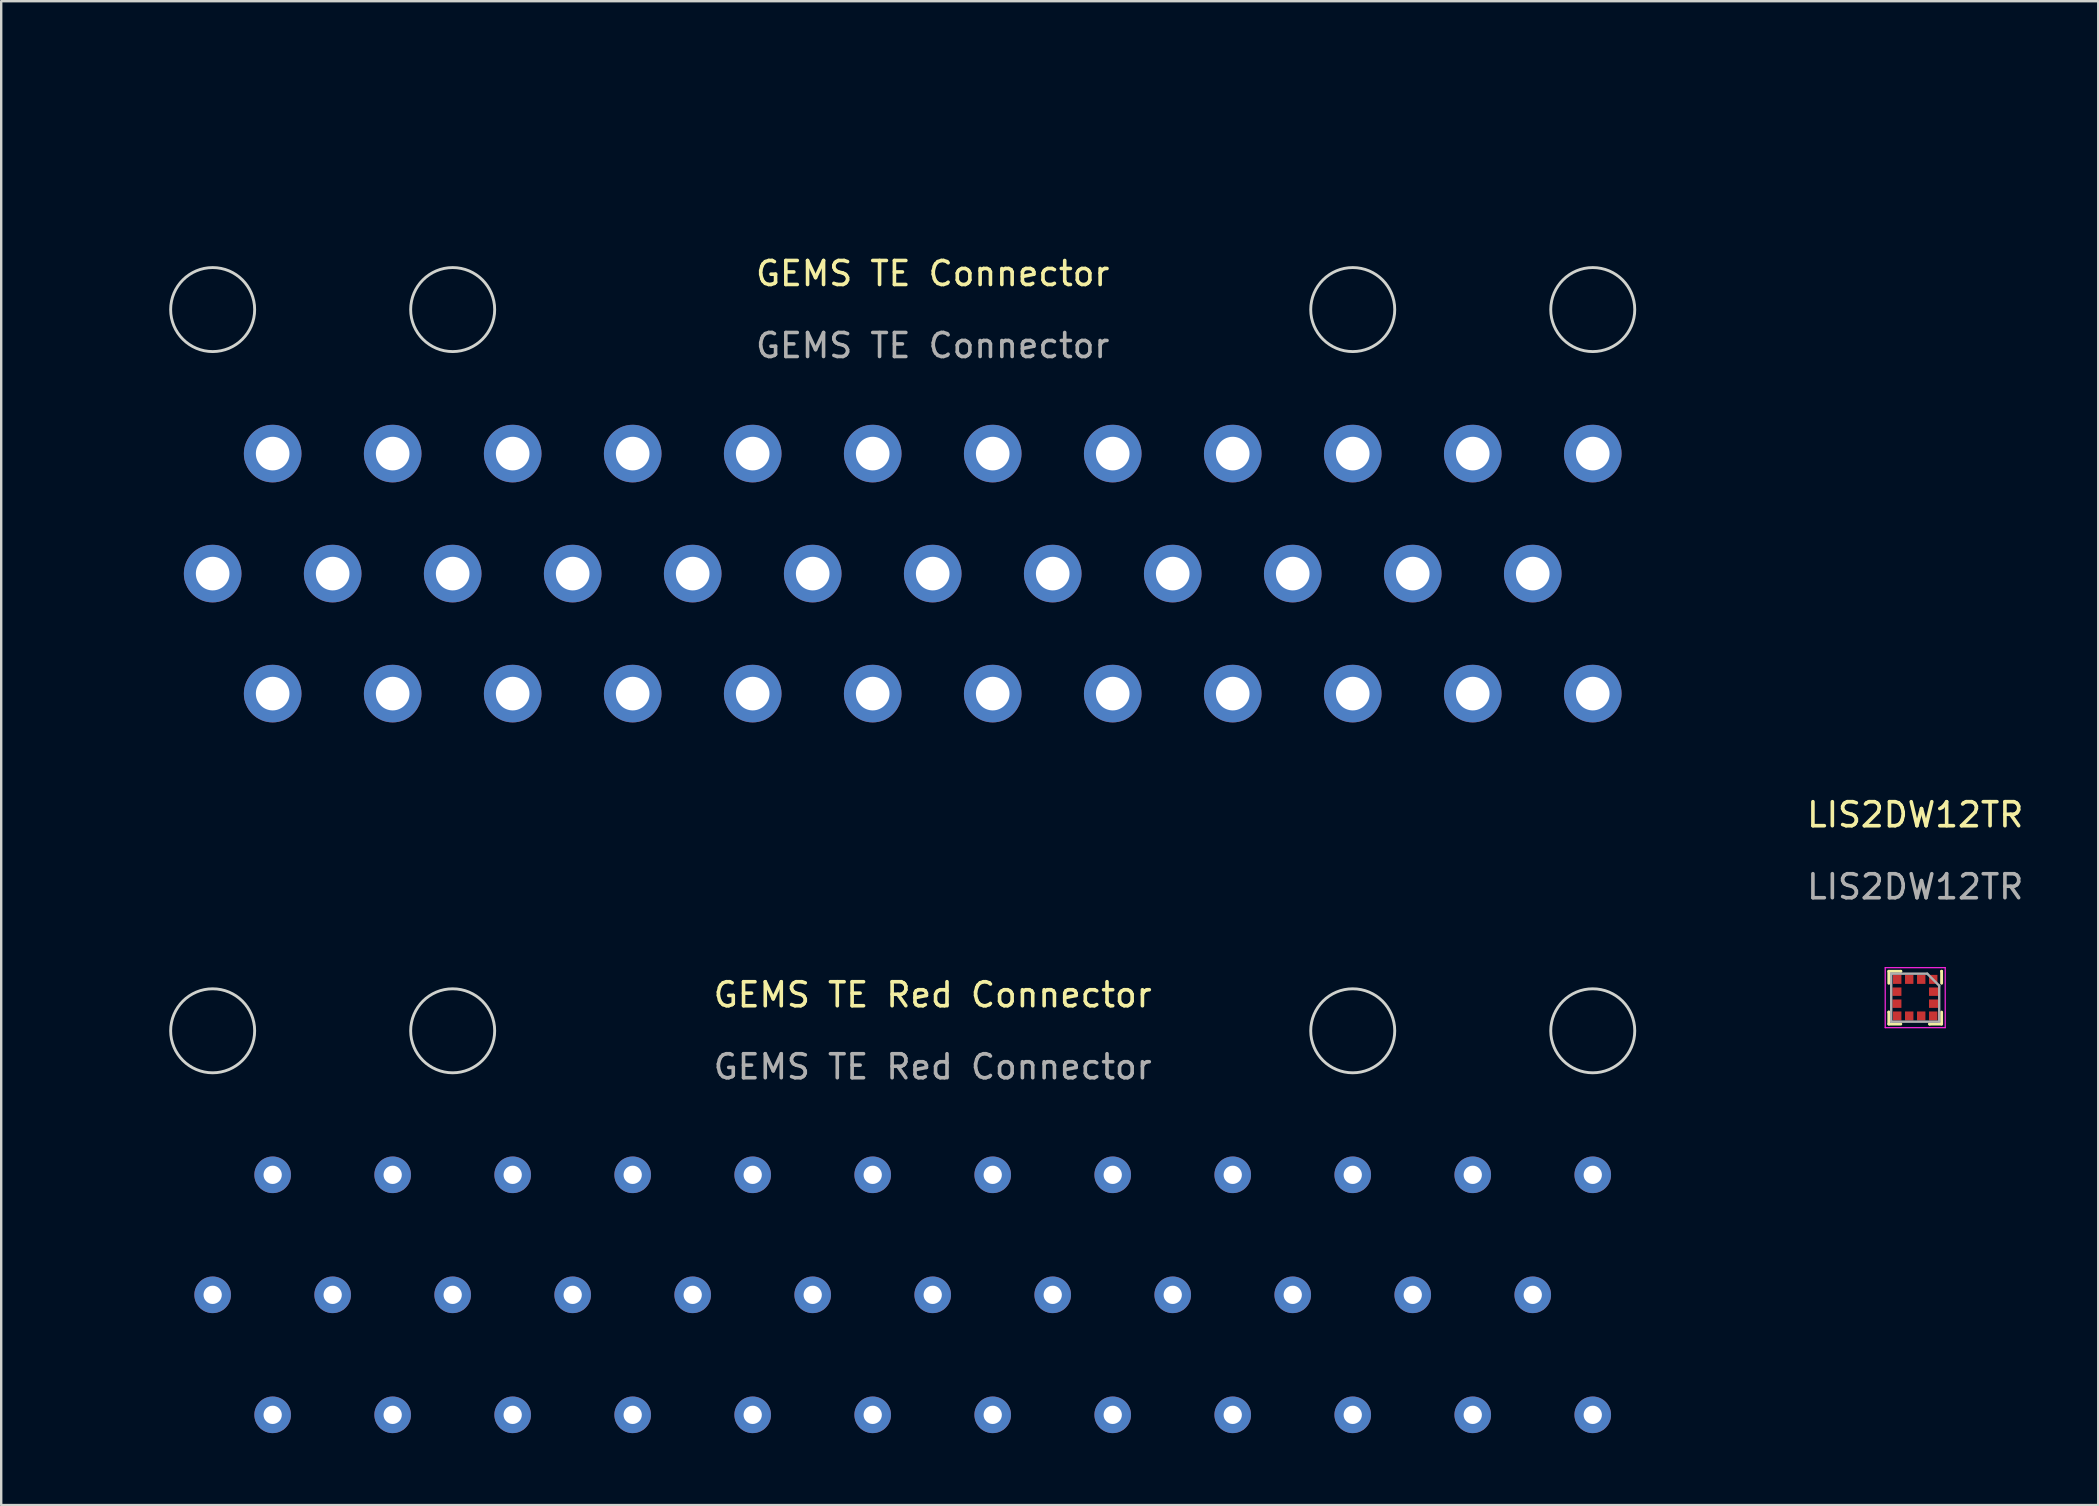
<source format=kicad_pcb>
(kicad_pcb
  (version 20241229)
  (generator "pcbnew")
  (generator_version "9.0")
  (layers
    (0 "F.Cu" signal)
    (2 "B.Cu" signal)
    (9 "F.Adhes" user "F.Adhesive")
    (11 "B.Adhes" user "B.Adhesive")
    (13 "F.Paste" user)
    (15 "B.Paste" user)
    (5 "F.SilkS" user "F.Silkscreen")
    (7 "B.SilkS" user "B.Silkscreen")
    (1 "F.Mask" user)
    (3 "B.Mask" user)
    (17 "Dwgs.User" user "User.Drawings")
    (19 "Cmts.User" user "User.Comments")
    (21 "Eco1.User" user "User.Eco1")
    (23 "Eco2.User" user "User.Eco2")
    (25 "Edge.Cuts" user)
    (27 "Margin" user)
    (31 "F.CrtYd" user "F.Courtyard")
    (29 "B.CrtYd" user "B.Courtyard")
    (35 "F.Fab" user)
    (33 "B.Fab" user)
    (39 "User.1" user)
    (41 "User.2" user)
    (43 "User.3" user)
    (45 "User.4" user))
  (footprint "LIS2DW12TR"
    (layer "F.Cu")
    (at 76.745 38.517)
    (property "Reference" "LIS2DW12TR" (at 0 -7.62 0) (unlocked yes) (layer "F.SilkS") (effects (font (size 1 1) (thickness 0.15))))
    (attr smd)
    (fp_line (start -1.1 -1.1) (end -0.6 -1.1) (stroke (width 0.12) (type solid)) (layer "F.SilkS"))
    (fp_line (start -1.1 -0.6) (end -1.1 -1.1) (stroke (width 0.12) (type solid)) (layer "F.SilkS"))
    (fp_line (start -1.1 0.6) (end -1.1 0.6) (stroke (width 0.12) (type solid)) (layer "F.SilkS"))
    (fp_line (start -1.1 1.1) (end -1.1 0.6) (stroke (width 0.12) (type solid)) (layer "F.SilkS"))
    (fp_line (start -0.6 -1.1) (end -0.6 -1.1) (stroke (width 0.12) (type solid)) (layer "F.SilkS"))
    (fp_line (start -0.6 1.1) (end -1.1 1.1) (stroke (width 0.12) (type solid)) (layer "F.SilkS"))
    (fp_line (start 0.6 1.1) (end 0.6 1.1) (stroke (width 0.12) (type solid)) (layer "F.SilkS"))
    (fp_line (start 1.1 -1.1) (end 1.1 -1.1) (stroke (width 0.12) (type solid)) (layer "F.SilkS"))
    (fp_line (start 1.1 -0.6) (end 1.1 -1.1) (stroke (width 0.12) (type solid)) (layer "F.SilkS"))
    (fp_line (start 1.1 0.6) (end 1.1 1.1) (stroke (width 0.12) (type solid)) (layer "F.SilkS"))
    (fp_line (start 1.1 1.1) (end 0.6 1.1) (stroke (width 0.12) (type solid)) (layer "F.SilkS"))
    (fp_line (start -1.25 -1.25) (end 1.25 -1.25) (stroke (width 0.05) (type solid)) (layer "F.CrtYd"))
    (fp_line (start -1.25 1.25) (end -1.25 -1.25) (stroke (width 0.05) (type solid)) (layer "F.CrtYd"))
    (fp_line (start 1.25 -1.25) (end 1.25 1.25) (stroke (width 0.05) (type solid)) (layer "F.CrtYd"))
    (fp_line (start 1.25 1.25) (end -1.25 1.25) (stroke (width 0.05) (type solid)) (layer "F.CrtYd"))
    (fp_line (start -1 -1) (end 0.5 -1) (stroke (width 0.1) (type solid)) (layer "F.Fab"))
    (fp_line (start -1 1) (end -1 -1) (stroke (width 0.1) (type solid)) (layer "F.Fab"))
    (fp_line (start 0.5 -1) (end 1 -0.5) (stroke (width 0.1) (type solid)) (layer "F.Fab"))
    (fp_line (start 1 -0.5) (end 1 1) (stroke (width 0.1) (type solid)) (layer "F.Fab"))
    (fp_line (start 1 1) (end -1 1) (stroke (width 0.1) (type solid)) (layer "F.Fab"))
    (fp_text user "${REFERENCE}" (at 0 -4.62 0) (unlocked yes) (layer "F.Fab") (effects (font (size 1 1) (thickness 0.15))))
    (pad "1" smd rect (at 0.75 -0.762 270) (size 0.375 0.35) (layers "F.Cu" "F.Mask" "F.Paste"))
    (pad "2" smd rect (at 0.25 -0.762 270) (size 0.375 0.35) (layers "F.Cu" "F.Mask" "F.Paste"))
    (pad "3" smd rect (at -0.25 -0.762 270) (size 0.375 0.35) (layers "F.Cu" "F.Mask" "F.Paste"))
    (pad "4" smd rect (at -0.75 -0.762 270) (size 0.375 0.35) (layers "F.Cu" "F.Mask" "F.Paste"))
    (pad "5" smd rect (at -0.762 -0.25) (size 0.375 0.35) (layers "F.Cu" "F.Mask" "F.Paste"))
    (pad "6" smd rect (at -0.762 0.25) (size 0.375 0.35) (layers "F.Cu" "F.Mask" "F.Paste"))
    (pad "7" smd rect (at -0.75 0.762 270) (size 0.375 0.35) (layers "F.Cu" "F.Mask" "F.Paste"))
    (pad "8" smd rect (at -0.25 0.762 270) (size 0.375 0.35) (layers "F.Cu" "F.Mask" "F.Paste"))
    (pad "9" smd rect (at 0.25 0.762 270) (size 0.375 0.35) (layers "F.Cu" "F.Mask" "F.Paste"))
    (pad "10" smd rect (at 0.75 0.762 270) (size 0.375 0.35) (layers "F.Cu" "F.Mask" "F.Paste"))
    (pad "11" smd rect (at 0.762 0.25) (size 0.375 0.35) (layers "F.Cu" "F.Mask" "F.Paste"))
    (pad "12" smd rect (at 0.762 -0.25) (size 0.375 0.35) (layers "F.Cu" "F.Mask" "F.Paste")))
  (footprint "GEMS TE Connector"
    (layer "F.Cu")
    (at 35.81 10.848)
    (property "Reference" "GEMS TE Connector" (at 0 -2.5 0) (unlocked yes) (layer "F.SilkS") (effects (font (size 1 1) (thickness 0.15))))
    (attr through_hole)
    (fp_circle (center -30 -1) (end -28.25 -1) (stroke (width 0.12) (type solid)) (fill no) (layer "Edge.Cuts"))
    (fp_circle (center -20 -1) (end -18.25 -1) (stroke (width 0.12) (type solid)) (fill no) (layer "Edge.Cuts"))
    (fp_circle (center 17.5 -1) (end 19.25 -1) (stroke (width 0.12) (type solid)) (fill no) (layer "Edge.Cuts"))
    (fp_circle (center 27.5 -1) (end 29.25 -1) (stroke (width 0.12) (type solid)) (fill no) (layer "Edge.Cuts"))
    (fp_line (start -35.75 -6.5) (end 33.25 -6.5) (stroke (width 0.12) (type solid)) (layer "User.1"))
    (fp_text user "${REFERENCE}" (at 0 0.5 0) (unlocked yes) (layer "F.Fab") (effects (font (size 1 1) (thickness 0.15))))
    (fp_text user "Plug Black CD_344108-H1 Red C_346350-5" (at 0 -10 0) (unlocked yes) (layer "User.1") (effects (font (size 1 1) (thickness 0.15))))
    (pad "1" thru_hole circle (at 27.5 5) (size 2.4 2.4) (drill 1.4) (layers "*.Cu" "*.Mask"))
    (pad "2" thru_hole circle (at 22.5 5) (size 2.4 2.4) (drill 1.4) (layers "*.Cu" "*.Mask"))
    (pad "3" thru_hole circle (at 17.5 5) (size 2.4 2.4) (drill 1.4) (layers "*.Cu" "*.Mask"))
    (pad "4" thru_hole circle (at 12.5 5) (size 2.4 2.4) (drill 1.4) (layers "*.Cu" "*.Mask"))
    (pad "5" thru_hole circle (at 7.5 5) (size 2.4 2.4) (drill 1.4) (layers "*.Cu" "*.Mask"))
    (pad "6" thru_hole circle (at 2.5 5) (size 2.4 2.4) (drill 1.4) (layers "*.Cu" "*.Mask"))
    (pad "7" thru_hole circle (at -2.5 5) (size 2.4 2.4) (drill 1.4) (layers "*.Cu" "*.Mask"))
    (pad "8" thru_hole circle (at -7.5 5) (size 2.4 2.4) (drill 1.4) (layers "*.Cu" "*.Mask"))
    (pad "9" thru_hole circle (at -12.5 5) (size 2.4 2.4) (drill 1.4) (layers "*.Cu" "*.Mask"))
    (pad "10" thru_hole circle (at -17.5 5) (size 2.4 2.4) (drill 1.4) (layers "*.Cu" "*.Mask"))
    (pad "11" thru_hole circle (at -22.5 5) (size 2.4 2.4) (drill 1.4) (layers "*.Cu" "*.Mask"))
    (pad "12" thru_hole circle (at -27.5 5) (size 2.4 2.4) (drill 1.4) (layers "*.Cu" "*.Mask"))
    (pad "13" thru_hole circle (at -30 10) (size 2.4 2.4) (drill 1.4) (layers "*.Cu" "*.Mask"))
    (pad "14" thru_hole circle (at -25 10) (size 2.4 2.4) (drill 1.4) (layers "*.Cu" "*.Mask"))
    (pad "15" thru_hole circle (at -20 10) (size 2.4 2.4) (drill 1.4) (layers "*.Cu" "*.Mask"))
    (pad "16" thru_hole circle (at -15 10) (size 2.4 2.4) (drill 1.4) (layers "*.Cu" "*.Mask"))
    (pad "17" thru_hole circle (at -10 10) (size 2.4 2.4) (drill 1.4) (layers "*.Cu" "*.Mask"))
    (pad "18" thru_hole circle (at -5 10) (size 2.4 2.4) (drill 1.4) (layers "*.Cu" "*.Mask"))
    (pad "19" thru_hole circle (at 0 10) (size 2.4 2.4) (drill 1.4) (layers "*.Cu" "*.Mask"))
    (pad "20" thru_hole circle (at 5 10) (size 2.4 2.4) (drill 1.4) (layers "*.Cu" "*.Mask"))
    (pad "21" thru_hole circle (at 10 10) (size 2.4 2.4) (drill 1.4) (layers "*.Cu" "*.Mask"))
    (pad "22" thru_hole circle (at 15 10) (size 2.4 2.4) (drill 1.4) (layers "*.Cu" "*.Mask"))
    (pad "23" thru_hole circle (at 20 10) (size 2.4 2.4) (drill 1.4) (layers "*.Cu" "*.Mask"))
    (pad "24" thru_hole circle (at 25 10) (size 2.4 2.4) (drill 1.4) (layers "*.Cu" "*.Mask"))
    (pad "25" thru_hole circle (at 27.5 15) (size 2.4 2.4) (drill 1.4) (layers "*.Cu" "*.Mask"))
    (pad "26" thru_hole circle (at 22.5 15) (size 2.4 2.4) (drill 1.4) (layers "*.Cu" "*.Mask"))
    (pad "27" thru_hole circle (at 17.5 15) (size 2.4 2.4) (drill 1.4) (layers "*.Cu" "*.Mask"))
    (pad "28" thru_hole circle (at 12.5 15) (size 2.4 2.4) (drill 1.4) (layers "*.Cu" "*.Mask"))
    (pad "29" thru_hole circle (at 7.5 15) (size 2.4 2.4) (drill 1.4) (layers "*.Cu" "*.Mask"))
    (pad "30" thru_hole circle (at 2.5 15) (size 2.4 2.4) (drill 1.4) (layers "*.Cu" "*.Mask"))
    (pad "31" thru_hole circle (at -2.5 15) (size 2.4 2.4) (drill 1.4) (layers "*.Cu" "*.Mask"))
    (pad "32" thru_hole circle (at -7.5 15) (size 2.4 2.4) (drill 1.4) (layers "*.Cu" "*.Mask"))
    (pad "33" thru_hole circle (at -12.5 15) (size 2.4 2.4) (drill 1.4) (layers "*.Cu" "*.Mask"))
    (pad "34" thru_hole circle (at -17.5 15) (size 2.4 2.4) (drill 1.4) (layers "*.Cu" "*.Mask"))
    (pad "35" thru_hole circle (at -22.5 15) (size 2.4 2.4) (drill 1.4) (layers "*.Cu" "*.Mask"))
    (pad "36" thru_hole circle (at -27.5 15) (size 2.4 2.4) (drill 1.4) (layers "*.Cu" "*.Mask")))
  (footprint "GEMS TE Red Connector"
    (layer "F.Cu")
    (at 35.81 40.897)
    (property "Reference" "GEMS TE Red Connector" (at 0 -2.5 0) (unlocked yes) (layer "F.SilkS") (effects (font (size 1 1) (thickness 0.15))))
    (attr through_hole)
    (fp_circle (center -30 -1) (end -28.25 -1) (stroke (width 0.12) (type solid)) (fill no) (layer "Edge.Cuts"))
    (fp_circle (center -20 -1) (end -18.25 -1) (stroke (width 0.12) (type solid)) (fill no) (layer "Edge.Cuts"))
    (fp_circle (center 17.5 -1) (end 19.25 -1) (stroke (width 0.12) (type solid)) (fill no) (layer "Edge.Cuts"))
    (fp_circle (center 27.5 -1) (end 29.25 -1) (stroke (width 0.12) (type solid)) (fill no) (layer "Edge.Cuts"))
    (fp_line (start -35.75 -6.5) (end 33.25 -6.5) (stroke (width 0.12) (type solid)) (layer "User.1"))
    (fp_text user "${REFERENCE}" (at 0 0.5 0) (unlocked yes) (layer "F.Fab") (effects (font (size 1 1) (thickness 0.15))))
    (fp_text user "Plug Black CD_344108-H1 Red C_246350_B" (at 0 -10 0) (unlocked yes) (layer "User.1") (effects (font (size 1 1) (thickness 0.15))))
    (pad "1" thru_hole circle (at 27.5 15) (size 1.524 1.524) (drill 0.762) (layers "*.Cu" "*.Mask"))
    (pad "2" thru_hole circle (at 22.5 15) (size 1.524 1.524) (drill 0.762) (layers "*.Cu" "*.Mask"))
    (pad "3" thru_hole circle (at 17.5 15) (size 1.524 1.524) (drill 0.762) (layers "*.Cu" "*.Mask"))
    (pad "4" thru_hole circle (at 12.5 15) (size 1.524 1.524) (drill 0.762) (layers "*.Cu" "*.Mask"))
    (pad "5" thru_hole circle (at 7.5 15) (size 1.524 1.524) (drill 0.762) (layers "*.Cu" "*.Mask"))
    (pad "6" thru_hole circle (at 2.5 15) (size 1.524 1.524) (drill 0.762) (layers "*.Cu" "*.Mask"))
    (pad "7" thru_hole circle (at -2.5 15) (size 1.524 1.524) (drill 0.762) (layers "*.Cu" "*.Mask"))
    (pad "8" thru_hole circle (at -7.5 15) (size 1.524 1.524) (drill 0.762) (layers "*.Cu" "*.Mask"))
    (pad "9" thru_hole circle (at -12.5 15) (size 1.524 1.524) (drill 0.762) (layers "*.Cu" "*.Mask"))
    (pad "10" thru_hole circle (at -17.5 15) (size 1.524 1.524) (drill 0.762) (layers "*.Cu" "*.Mask"))
    (pad "11" thru_hole circle (at -22.5 15) (size 1.524 1.524) (drill 0.762) (layers "*.Cu" "*.Mask"))
    (pad "12" thru_hole circle (at -27.5 15) (size 1.524 1.524) (drill 0.762) (layers "*.Cu" "*.Mask"))
    (pad "13" thru_hole circle (at 25 10) (size 1.524 1.524) (drill 0.762) (layers "*.Cu" "*.Mask"))
    (pad "14" thru_hole circle (at 20 10) (size 1.524 1.524) (drill 0.762) (layers "*.Cu" "*.Mask"))
    (pad "15" thru_hole circle (at 15 10) (size 1.524 1.524) (drill 0.762) (layers "*.Cu" "*.Mask"))
    (pad "16" thru_hole circle (at 10 10) (size 1.524 1.524) (drill 0.762) (layers "*.Cu" "*.Mask"))
    (pad "17" thru_hole circle (at 5 10) (size 1.524 1.524) (drill 0.762) (layers "*.Cu" "*.Mask"))
    (pad "18" thru_hole circle (at 0 10) (size 1.524 1.524) (drill 0.762) (layers "*.Cu" "*.Mask"))
    (pad "19" thru_hole circle (at -5 10) (size 1.524 1.524) (drill 0.762) (layers "*.Cu" "*.Mask"))
    (pad "20" thru_hole circle (at -10 10) (size 1.524 1.524) (drill 0.762) (layers "*.Cu" "*.Mask"))
    (pad "21" thru_hole circle (at -15 10) (size 1.524 1.524) (drill 0.762) (layers "*.Cu" "*.Mask"))
    (pad "22" thru_hole circle (at -20 10) (size 1.524 1.524) (drill 0.762) (layers "*.Cu" "*.Mask"))
    (pad "23" thru_hole circle (at -25 10) (size 1.524 1.524) (drill 0.762) (layers "*.Cu" "*.Mask"))
    (pad "24" thru_hole circle (at -30 10) (size 1.524 1.524) (drill 0.762) (layers "*.Cu" "*.Mask"))
    (pad "25" thru_hole circle (at 27.5 5) (size 1.524 1.524) (drill 0.762) (layers "*.Cu" "*.Mask"))
    (pad "26" thru_hole circle (at 22.5 5) (size 1.524 1.524) (drill 0.762) (layers "*.Cu" "*.Mask"))
    (pad "27" thru_hole circle (at 17.5 5) (size 1.524 1.524) (drill 0.762) (layers "*.Cu" "*.Mask"))
    (pad "28" thru_hole circle (at 12.5 5) (size 1.524 1.524) (drill 0.762) (layers "*.Cu" "*.Mask"))
    (pad "29" thru_hole circle (at 7.5 5) (size 1.524 1.524) (drill 0.762) (layers "*.Cu" "*.Mask"))
    (pad "30" thru_hole circle (at 2.5 5) (size 1.524 1.524) (drill 0.762) (layers "*.Cu" "*.Mask"))
    (pad "31" thru_hole circle (at -2.5 5) (size 1.524 1.524) (drill 0.762) (layers "*.Cu" "*.Mask"))
    (pad "32" thru_hole circle (at -7.5 5) (size 1.524 1.524) (drill 0.762) (layers "*.Cu" "*.Mask"))
    (pad "33" thru_hole circle (at -12.5 5) (size 1.524 1.524) (drill 0.762) (layers "*.Cu" "*.Mask"))
    (pad "34" thru_hole circle (at -17.5 5) (size 1.524 1.524) (drill 0.762) (layers "*.Cu" "*.Mask"))
    (pad "35" thru_hole circle (at -22.5 5) (size 1.524 1.524) (drill 0.762) (layers "*.Cu" "*.Mask"))
    (pad "36" thru_hole circle (at -27.5 5) (size 1.524 1.524) (drill 0.762) (layers "*.Cu" "*.Mask")))
  (gr_rect
    (start -3 -3)
    (end 84.37 59.658)
    (stroke (width 0.1) (type default))
    (fill no)
    (layer "Edge.Cuts")))
</source>
